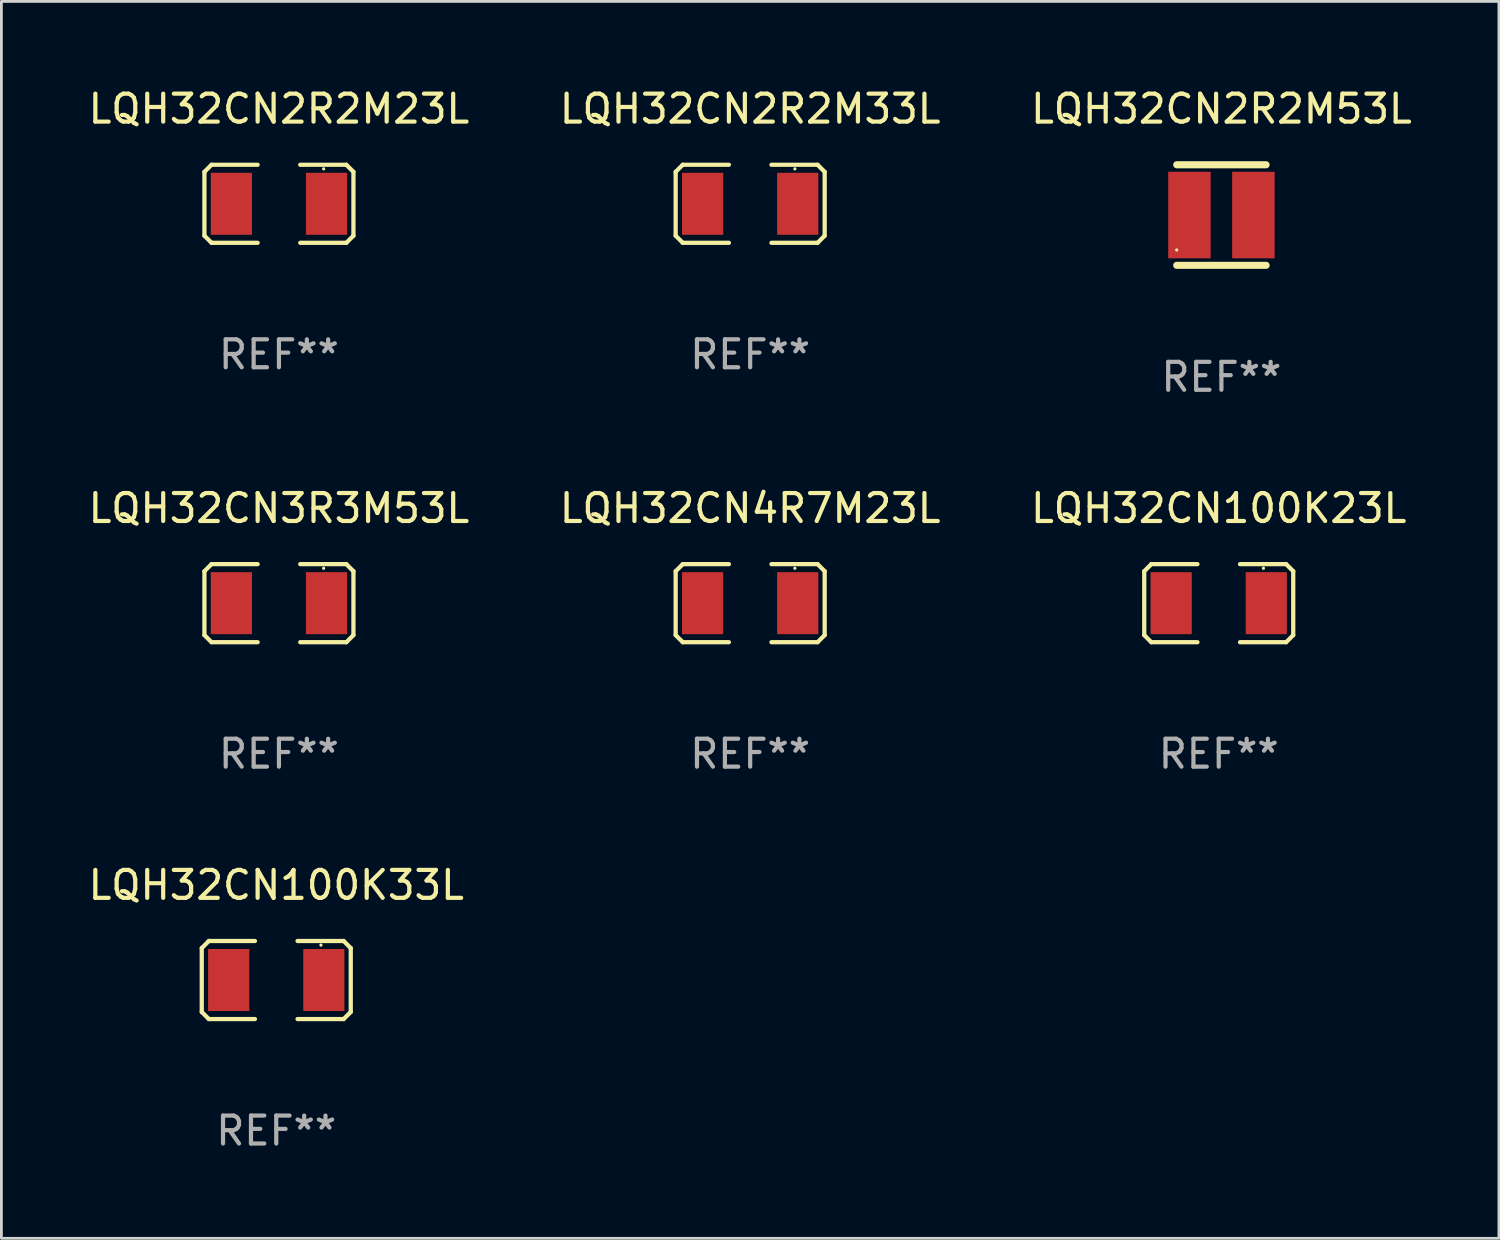
<source format=kicad_pcb>
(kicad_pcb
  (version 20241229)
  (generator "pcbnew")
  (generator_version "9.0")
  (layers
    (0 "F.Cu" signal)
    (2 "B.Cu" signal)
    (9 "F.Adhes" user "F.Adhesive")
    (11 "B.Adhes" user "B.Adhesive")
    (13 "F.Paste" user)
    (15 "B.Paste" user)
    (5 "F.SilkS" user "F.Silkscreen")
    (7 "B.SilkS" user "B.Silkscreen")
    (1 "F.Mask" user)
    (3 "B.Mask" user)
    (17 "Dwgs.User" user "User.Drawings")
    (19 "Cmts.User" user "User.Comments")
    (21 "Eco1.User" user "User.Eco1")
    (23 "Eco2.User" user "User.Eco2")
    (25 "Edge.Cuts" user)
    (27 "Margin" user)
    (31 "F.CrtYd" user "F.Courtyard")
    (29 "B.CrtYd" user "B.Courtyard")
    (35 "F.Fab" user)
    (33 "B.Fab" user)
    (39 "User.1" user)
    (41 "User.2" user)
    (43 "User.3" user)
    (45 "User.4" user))
  (footprint "LQH32CN2R2M23L"
    (layer "F.Cu")
    (at 6.935 4.245)
    (property "Reference" "LQH32CN2R2M23L" (at 0 -3.397 0) (layer "F.SilkS") (effects (font (size 1 1) (thickness 0.15))))
    (attr through_hole)
    (fp_line (start -2.667 -1.143) (end -2.413 -1.397) (stroke (width 0.152) (type solid)) (layer "F.SilkS"))
    (fp_line (start -2.667 1.143) (end -2.667 -1.143) (stroke (width 0.152) (type solid)) (layer "F.SilkS"))
    (fp_line (start -2.413 -1.397) (end -0.762 -1.397) (stroke (width 0.152) (type solid)) (layer "F.SilkS"))
    (fp_line (start -2.413 1.397) (end -2.667 1.143) (stroke (width 0.152) (type solid)) (layer "F.SilkS"))
    (fp_line (start -0.762 1.397) (end -2.413 1.397) (stroke (width 0.152) (type solid)) (layer "F.SilkS"))
    (fp_line (start 0.762 -1.397) (end 2.413 -1.397) (stroke (width 0.152) (type solid)) (layer "F.SilkS"))
    (fp_line (start 2.413 -1.397) (end 2.667 -1.143) (stroke (width 0.152) (type solid)) (layer "F.SilkS"))
    (fp_line (start 2.413 1.397) (end 0.762 1.397) (stroke (width 0.152) (type solid)) (layer "F.SilkS"))
    (fp_line (start 2.667 -1.143) (end 2.667 1.143) (stroke (width 0.152) (type solid)) (layer "F.SilkS"))
    (fp_line (start 2.667 1.143) (end 2.413 1.397) (stroke (width 0.152) (type solid)) (layer "F.SilkS"))
    (fp_circle (center 1.6 -1.25) (end 1.63 -1.25) (stroke (width 0.06) (type solid)) (fill no) (layer "F.SilkS"))
    (fp_text user "REF**" (at 0 5.397 0) (layer "F.Fab") (effects (font (size 1 1) (thickness 0.15))))
    (pad "1" smd rect (at 1.703 0) (size 1.474 2.22) (layers "F.Cu" "F.Mask" "F.Paste"))
    (pad "2" smd rect (at -1.703 0) (size 1.474 2.22) (layers "F.Cu" "F.Mask" "F.Paste")))
  (footprint "LQH32CN2R2M33L"
    (layer "F.Cu")
    (at 23.804 4.245)
    (property "Reference" "LQH32CN2R2M33L" (at 0 -3.397 0) (layer "F.SilkS") (effects (font (size 1 1) (thickness 0.15))))
    (attr through_hole)
    (fp_line (start -2.667 -1.143) (end -2.413 -1.397) (stroke (width 0.152) (type solid)) (layer "F.SilkS"))
    (fp_line (start -2.667 1.143) (end -2.667 -1.143) (stroke (width 0.152) (type solid)) (layer "F.SilkS"))
    (fp_line (start -2.413 -1.397) (end -0.762 -1.397) (stroke (width 0.152) (type solid)) (layer "F.SilkS"))
    (fp_line (start -2.413 1.397) (end -2.667 1.143) (stroke (width 0.152) (type solid)) (layer "F.SilkS"))
    (fp_line (start -0.762 1.397) (end -2.413 1.397) (stroke (width 0.152) (type solid)) (layer "F.SilkS"))
    (fp_line (start 0.762 -1.397) (end 2.413 -1.397) (stroke (width 0.152) (type solid)) (layer "F.SilkS"))
    (fp_line (start 2.413 -1.397) (end 2.667 -1.143) (stroke (width 0.152) (type solid)) (layer "F.SilkS"))
    (fp_line (start 2.413 1.397) (end 0.762 1.397) (stroke (width 0.152) (type solid)) (layer "F.SilkS"))
    (fp_line (start 2.667 -1.143) (end 2.667 1.143) (stroke (width 0.152) (type solid)) (layer "F.SilkS"))
    (fp_line (start 2.667 1.143) (end 2.413 1.397) (stroke (width 0.152) (type solid)) (layer "F.SilkS"))
    (fp_circle (center 1.6 -1.25) (end 1.63 -1.25) (stroke (width 0.06) (type solid)) (fill no) (layer "F.SilkS"))
    (fp_text user "REF**" (at 0 5.397 0) (layer "F.Fab") (effects (font (size 1 1) (thickness 0.15))))
    (pad "1" smd rect (at 1.703 0) (size 1.474 2.22) (layers "F.Cu" "F.Mask" "F.Paste"))
    (pad "2" smd rect (at -1.703 0) (size 1.474 2.22) (layers "F.Cu" "F.Mask" "F.Paste")))
  (footprint "LQH32CN4R7M23L"
    (layer "F.Cu")
    (at 23.804 18.542)
    (property "Reference" "LQH32CN4R7M23L" (at 0 -3.397 0) (layer "F.SilkS") (effects (font (size 1 1) (thickness 0.15))))
    (attr through_hole)
    (fp_line (start -2.667 -1.143) (end -2.413 -1.397) (stroke (width 0.152) (type solid)) (layer "F.SilkS"))
    (fp_line (start -2.667 1.143) (end -2.667 -1.143) (stroke (width 0.152) (type solid)) (layer "F.SilkS"))
    (fp_line (start -2.413 -1.397) (end -0.762 -1.397) (stroke (width 0.152) (type solid)) (layer "F.SilkS"))
    (fp_line (start -2.413 1.397) (end -2.667 1.143) (stroke (width 0.152) (type solid)) (layer "F.SilkS"))
    (fp_line (start -0.762 1.397) (end -2.413 1.397) (stroke (width 0.152) (type solid)) (layer "F.SilkS"))
    (fp_line (start 0.762 -1.397) (end 2.413 -1.397) (stroke (width 0.152) (type solid)) (layer "F.SilkS"))
    (fp_line (start 2.413 -1.397) (end 2.667 -1.143) (stroke (width 0.152) (type solid)) (layer "F.SilkS"))
    (fp_line (start 2.413 1.397) (end 0.762 1.397) (stroke (width 0.152) (type solid)) (layer "F.SilkS"))
    (fp_line (start 2.667 -1.143) (end 2.667 1.143) (stroke (width 0.152) (type solid)) (layer "F.SilkS"))
    (fp_line (start 2.667 1.143) (end 2.413 1.397) (stroke (width 0.152) (type solid)) (layer "F.SilkS"))
    (fp_circle (center 1.6 -1.25) (end 1.63 -1.25) (stroke (width 0.06) (type solid)) (fill no) (layer "F.SilkS"))
    (fp_text user "REF**" (at 0 5.397 0) (layer "F.Fab") (effects (font (size 1 1) (thickness 0.15))))
    (pad "1" smd rect (at 1.703 0) (size 1.474 2.22) (layers "F.Cu" "F.Mask" "F.Paste"))
    (pad "2" smd rect (at -1.703 0) (size 1.474 2.22) (layers "F.Cu" "F.Mask" "F.Paste")))
  (footprint "LQH32CN100K33L"
    (layer "F.Cu")
    (at 6.839 32.032)
    (property "Reference" "LQH32CN100K33L" (at 0 -3.397 0) (layer "F.SilkS") (effects (font (size 1 1) (thickness 0.15))))
    (attr through_hole)
    (fp_line (start -2.667 -1.143) (end -2.413 -1.397) (stroke (width 0.152) (type solid)) (layer "F.SilkS"))
    (fp_line (start -2.667 1.143) (end -2.667 -1.143) (stroke (width 0.152) (type solid)) (layer "F.SilkS"))
    (fp_line (start -2.413 -1.397) (end -0.762 -1.397) (stroke (width 0.152) (type solid)) (layer "F.SilkS"))
    (fp_line (start -2.413 1.397) (end -2.667 1.143) (stroke (width 0.152) (type solid)) (layer "F.SilkS"))
    (fp_line (start -0.762 1.397) (end -2.413 1.397) (stroke (width 0.152) (type solid)) (layer "F.SilkS"))
    (fp_line (start 0.762 -1.397) (end 2.413 -1.397) (stroke (width 0.152) (type solid)) (layer "F.SilkS"))
    (fp_line (start 2.413 -1.397) (end 2.667 -1.143) (stroke (width 0.152) (type solid)) (layer "F.SilkS"))
    (fp_line (start 2.413 1.397) (end 0.762 1.397) (stroke (width 0.152) (type solid)) (layer "F.SilkS"))
    (fp_line (start 2.667 -1.143) (end 2.667 1.143) (stroke (width 0.152) (type solid)) (layer "F.SilkS"))
    (fp_line (start 2.667 1.143) (end 2.413 1.397) (stroke (width 0.152) (type solid)) (layer "F.SilkS"))
    (fp_circle (center 1.6 -1.25) (end 1.63 -1.25) (stroke (width 0.06) (type solid)) (fill no) (layer "F.SilkS"))
    (fp_text user "REF**" (at 0 5.397 0) (layer "F.Fab") (effects (font (size 1 1) (thickness 0.15))))
    (pad "1" smd rect (at 1.703 0) (size 1.474 2.22) (layers "F.Cu" "F.Mask" "F.Paste"))
    (pad "2" smd rect (at -1.703 0) (size 1.474 2.22) (layers "F.Cu" "F.Mask" "F.Paste")))
  (footprint "LQH32CN3R3M53L"
    (layer "F.Cu")
    (at 6.935 18.542)
    (property "Reference" "LQH32CN3R3M53L" (at 0 -3.397 0) (layer "F.SilkS") (effects (font (size 1 1) (thickness 0.15))))
    (attr through_hole)
    (fp_line (start -2.667 -1.143) (end -2.413 -1.397) (stroke (width 0.152) (type solid)) (layer "F.SilkS"))
    (fp_line (start -2.667 1.143) (end -2.667 -1.143) (stroke (width 0.152) (type solid)) (layer "F.SilkS"))
    (fp_line (start -2.413 -1.397) (end -0.762 -1.397) (stroke (width 0.152) (type solid)) (layer "F.SilkS"))
    (fp_line (start -2.413 1.397) (end -2.667 1.143) (stroke (width 0.152) (type solid)) (layer "F.SilkS"))
    (fp_line (start -0.762 1.397) (end -2.413 1.397) (stroke (width 0.152) (type solid)) (layer "F.SilkS"))
    (fp_line (start 0.762 -1.397) (end 2.413 -1.397) (stroke (width 0.152) (type solid)) (layer "F.SilkS"))
    (fp_line (start 2.413 -1.397) (end 2.667 -1.143) (stroke (width 0.152) (type solid)) (layer "F.SilkS"))
    (fp_line (start 2.413 1.397) (end 0.762 1.397) (stroke (width 0.152) (type solid)) (layer "F.SilkS"))
    (fp_line (start 2.667 -1.143) (end 2.667 1.143) (stroke (width 0.152) (type solid)) (layer "F.SilkS"))
    (fp_line (start 2.667 1.143) (end 2.413 1.397) (stroke (width 0.152) (type solid)) (layer "F.SilkS"))
    (fp_circle (center 1.6 -1.25) (end 1.63 -1.25) (stroke (width 0.06) (type solid)) (fill no) (layer "F.SilkS"))
    (fp_text user "REF**" (at 0 5.397 0) (layer "F.Fab") (effects (font (size 1 1) (thickness 0.15))))
    (pad "1" smd rect (at 1.703 0) (size 1.474 2.22) (layers "F.Cu" "F.Mask" "F.Paste"))
    (pad "2" smd rect (at -1.703 0) (size 1.474 2.22) (layers "F.Cu" "F.Mask" "F.Paste")))
  (footprint "LQH32CN2R2M53L"
    (layer "F.Cu")
    (at 40.673 4.648)
    (property "Reference" "LQH32CN2R2M53L" (at 0 -3.8 0) (layer "F.SilkS") (effects (font (size 1 1) (thickness 0.15))))
    (attr through_hole)
    (fp_line (start -1.6 -1.8) (end 1.6 -1.8) (stroke (width 0.254) (type solid)) (layer "F.SilkS"))
    (fp_line (start -1.6 1.8) (end 1.6 1.8) (stroke (width 0.254) (type solid)) (layer "F.SilkS"))
    (fp_circle (center -1.6 1.25) (end -1.57 1.25) (stroke (width 0.06) (type solid)) (fill no) (layer "F.SilkS"))
    (fp_text user "REF**" (at 0 5.8 0) (layer "F.Fab") (effects (font (size 1 1) (thickness 0.15))))
    (pad "1" smd rect (at -1.145 0 90) (size 3.1 1.52) (layers "F.Cu" "F.Mask" "F.Paste"))
    (pad "2" smd rect (at 1.145 0 90) (size 3.1 1.52) (layers "F.Cu" "F.Mask" "F.Paste")))
  (footprint "LQH32CN100K23L"
    (layer "F.Cu")
    (at 40.577 18.542)
    (property "Reference" "LQH32CN100K23L" (at 0 -3.397 0) (layer "F.SilkS") (effects (font (size 1 1) (thickness 0.15))))
    (attr through_hole)
    (fp_line (start -2.667 -1.143) (end -2.413 -1.397) (stroke (width 0.152) (type solid)) (layer "F.SilkS"))
    (fp_line (start -2.667 1.143) (end -2.667 -1.143) (stroke (width 0.152) (type solid)) (layer "F.SilkS"))
    (fp_line (start -2.413 -1.397) (end -0.762 -1.397) (stroke (width 0.152) (type solid)) (layer "F.SilkS"))
    (fp_line (start -2.413 1.397) (end -2.667 1.143) (stroke (width 0.152) (type solid)) (layer "F.SilkS"))
    (fp_line (start -0.762 1.397) (end -2.413 1.397) (stroke (width 0.152) (type solid)) (layer "F.SilkS"))
    (fp_line (start 0.762 -1.397) (end 2.413 -1.397) (stroke (width 0.152) (type solid)) (layer "F.SilkS"))
    (fp_line (start 2.413 -1.397) (end 2.667 -1.143) (stroke (width 0.152) (type solid)) (layer "F.SilkS"))
    (fp_line (start 2.413 1.397) (end 0.762 1.397) (stroke (width 0.152) (type solid)) (layer "F.SilkS"))
    (fp_line (start 2.667 -1.143) (end 2.667 1.143) (stroke (width 0.152) (type solid)) (layer "F.SilkS"))
    (fp_line (start 2.667 1.143) (end 2.413 1.397) (stroke (width 0.152) (type solid)) (layer "F.SilkS"))
    (fp_circle (center 1.6 -1.25) (end 1.63 -1.25) (stroke (width 0.06) (type solid)) (fill no) (layer "F.SilkS"))
    (fp_text user "REF**" (at 0 5.397 0) (layer "F.Fab") (effects (font (size 1 1) (thickness 0.15))))
    (pad "1" smd rect (at 1.703 0) (size 1.474 2.22) (layers "F.Cu" "F.Mask" "F.Paste"))
    (pad "2" smd rect (at -1.703 0) (size 1.474 2.22) (layers "F.Cu" "F.Mask" "F.Paste")))
  (gr_rect
    (start -3 -3)
    (end 50.607 41.278)
    (stroke (width 0.1) (type default))
    (fill no)
    (layer "Edge.Cuts")))
</source>
